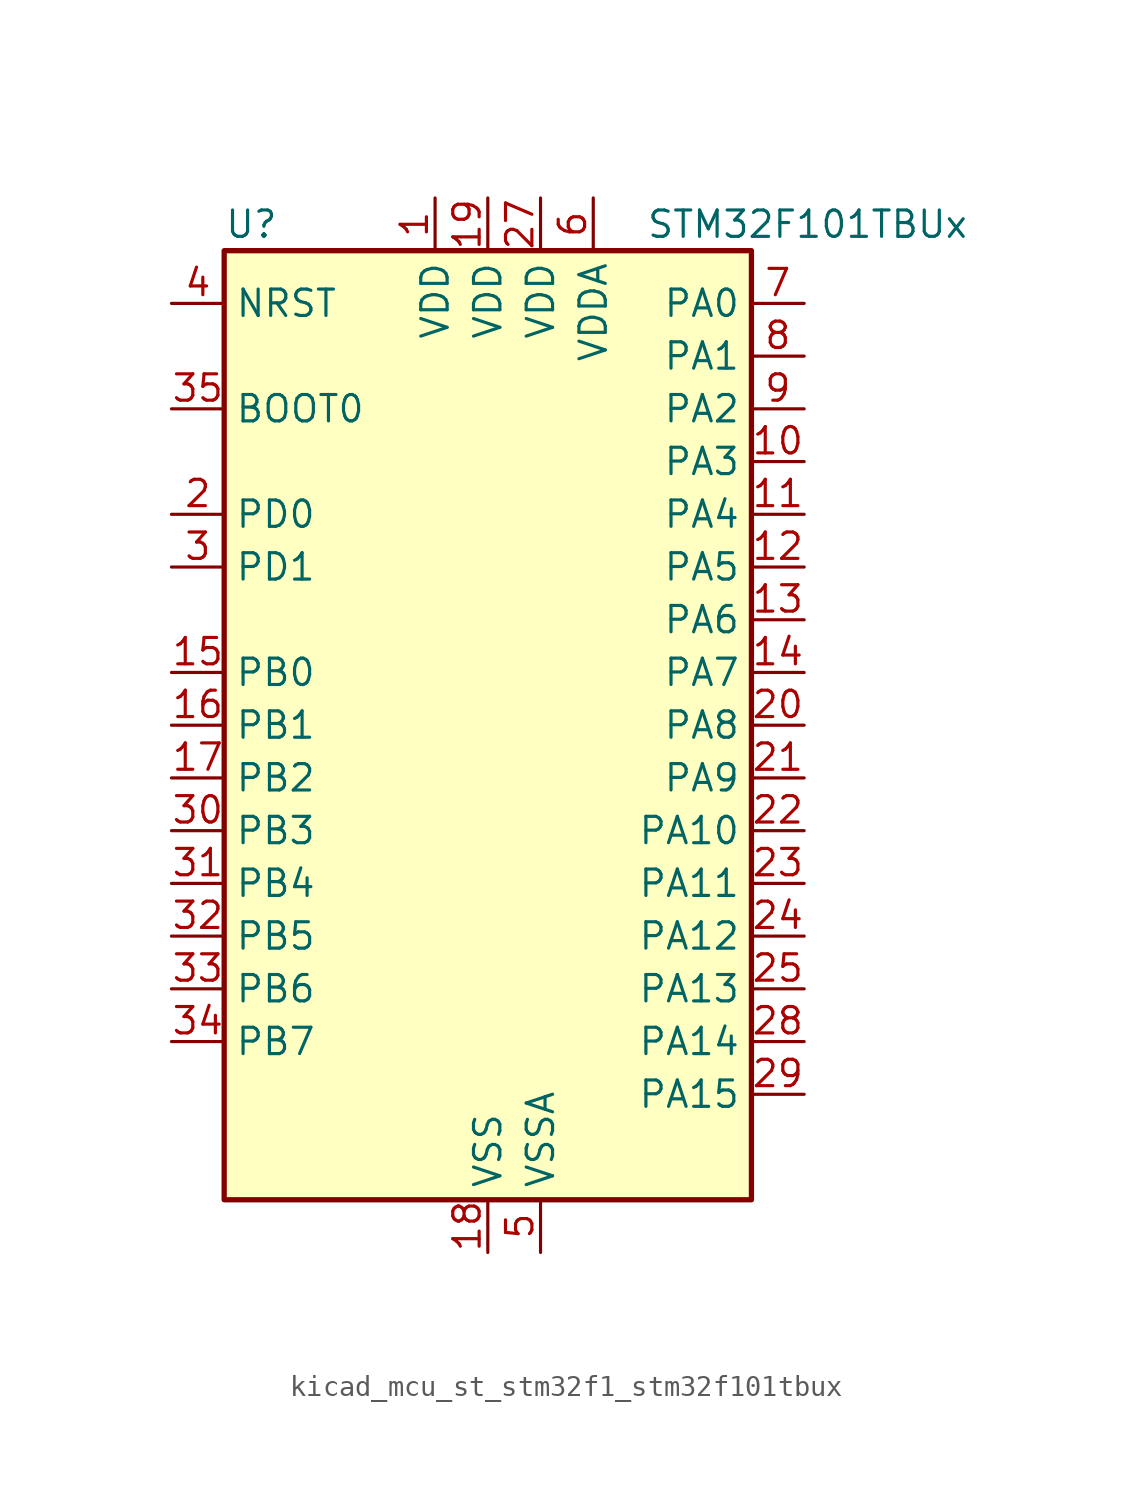
<source format=kicad_sym>
(kicad_symbol_lib
  (version 20220914)
  (generator kicad_symbol_editor)
  (symbol "kicad_mcu_st_stm32f1_stm32f101tbux"
    (property "Reference" "U"
      (at -12.7 24.13 0)
      (effects (font (size 1.27 1.27)) (justify left)))
    (property "Value" "STM32F101TBUx"
      (at 7.62 24.13 0)
      (effects (font (size 1.27 1.27)) (justify left)))
    (property "ki_locked" ""
      (at 0 0 0)
      (effects (font (size 1.27 1.27))))
    (symbol "kicad_mcu_st_stm32f1_stm32f101tbux_0_1"
      (rectangle (start -12.7 -22.86) (end 12.7 22.86) (stroke (width 0.254) (type default)) (fill (type background))))
    (symbol "kicad_mcu_st_stm32f1_stm32f101tbux_1_1"
      (pin power_in line (at -2.54 25.4 270) (length 2.54) (name "VDD" (effects (font (size 1.27 1.27)))) (number "1" (effects (font (size 1.27 1.27)))))
      (pin bidirectional line (at 15.24 12.7 180) (length 2.54) (name "PA3" (effects (font (size 1.27 1.27)))) (number "10" (effects (font (size 1.27 1.27)))) (alternate "ADC1_IN3" bidirectional line) (alternate "TIM2_CH4" bidirectional line) (alternate "USART2_RX" bidirectional line))
      (pin bidirectional line (at 15.24 10.16 180) (length 2.54) (name "PA4" (effects (font (size 1.27 1.27)))) (number "11" (effects (font (size 1.27 1.27)))) (alternate "ADC1_IN4" bidirectional line) (alternate "SPI1_NSS" bidirectional line) (alternate "USART2_CK" bidirectional line))
      (pin bidirectional line (at 15.24 7.62 180) (length 2.54) (name "PA5" (effects (font (size 1.27 1.27)))) (number "12" (effects (font (size 1.27 1.27)))) (alternate "ADC1_IN5" bidirectional line) (alternate "SPI1_SCK" bidirectional line))
      (pin bidirectional line (at 15.24 5.08 180) (length 2.54) (name "PA6" (effects (font (size 1.27 1.27)))) (number "13" (effects (font (size 1.27 1.27)))) (alternate "ADC1_IN6" bidirectional line) (alternate "SPI1_MISO" bidirectional line) (alternate "TIM3_CH1" bidirectional line))
      (pin bidirectional line (at 15.24 2.54 180) (length 2.54) (name "PA7" (effects (font (size 1.27 1.27)))) (number "14" (effects (font (size 1.27 1.27)))) (alternate "ADC1_IN7" bidirectional line) (alternate "SPI1_MOSI" bidirectional line) (alternate "TIM3_CH2" bidirectional line))
      (pin bidirectional line (at -15.24 2.54 0) (length 2.54) (name "PB0" (effects (font (size 1.27 1.27)))) (number "15" (effects (font (size 1.27 1.27)))) (alternate "ADC1_IN8" bidirectional line) (alternate "TIM3_CH3" bidirectional line))
      (pin bidirectional line (at -15.24 0 0) (length 2.54) (name "PB1" (effects (font (size 1.27 1.27)))) (number "16" (effects (font (size 1.27 1.27)))) (alternate "ADC1_IN9" bidirectional line) (alternate "TIM3_CH4" bidirectional line))
      (pin bidirectional line (at -15.24 -2.54 0) (length 2.54) (name "PB2" (effects (font (size 1.27 1.27)))) (number "17" (effects (font (size 1.27 1.27)))))
      (pin power_in line (at 0 -25.4 90) (length 2.54) (name "VSS" (effects (font (size 1.27 1.27)))) (number "18" (effects (font (size 1.27 1.27)))))
      (pin power_in line (at 0 25.4 270) (length 2.54) (name "VDD" (effects (font (size 1.27 1.27)))) (number "19" (effects (font (size 1.27 1.27)))))
      (pin bidirectional line (at -15.24 10.16 0) (length 2.54) (name "PD0" (effects (font (size 1.27 1.27)))) (number "2" (effects (font (size 1.27 1.27)))) (alternate "RCC_OSC_IN" bidirectional line))
      (pin bidirectional line (at 15.24 0 180) (length 2.54) (name "PA8" (effects (font (size 1.27 1.27)))) (number "20" (effects (font (size 1.27 1.27)))) (alternate "RCC_MCO" bidirectional line) (alternate "USART1_CK" bidirectional line))
      (pin bidirectional line (at 15.24 -2.54 180) (length 2.54) (name "PA9" (effects (font (size 1.27 1.27)))) (number "21" (effects (font (size 1.27 1.27)))) (alternate "USART1_TX" bidirectional line))
      (pin bidirectional line (at 15.24 -5.08 180) (length 2.54) (name "PA10" (effects (font (size 1.27 1.27)))) (number "22" (effects (font (size 1.27 1.27)))) (alternate "USART1_RX" bidirectional line))
      (pin bidirectional line (at 15.24 -7.62 180) (length 2.54) (name "PA11" (effects (font (size 1.27 1.27)))) (number "23" (effects (font (size 1.27 1.27)))) (alternate "ADC1_EXTI11" bidirectional line) (alternate "USART1_CTS" bidirectional line))
      (pin bidirectional line (at 15.24 -10.16 180) (length 2.54) (name "PA12" (effects (font (size 1.27 1.27)))) (number "24" (effects (font (size 1.27 1.27)))) (alternate "USART1_RTS" bidirectional line))
      (pin bidirectional line (at 15.24 -12.7 180) (length 2.54) (name "PA13" (effects (font (size 1.27 1.27)))) (number "25" (effects (font (size 1.27 1.27)))) (alternate "SYS_JTMS-SWDIO" bidirectional line))
      (pin passive line (at 0 -25.4 90) (length 2.54) hide (name "VSS" (effects (font (size 1.27 1.27)))) (number "26" (effects (font (size 1.27 1.27)))))
      (pin power_in line (at 2.54 25.4 270) (length 2.54) (name "VDD" (effects (font (size 1.27 1.27)))) (number "27" (effects (font (size 1.27 1.27)))))
      (pin bidirectional line (at 15.24 -15.24 180) (length 2.54) (name "PA14" (effects (font (size 1.27 1.27)))) (number "28" (effects (font (size 1.27 1.27)))) (alternate "SYS_JTCK-SWCLK" bidirectional line))
      (pin bidirectional line (at 15.24 -17.78 180) (length 2.54) (name "PA15" (effects (font (size 1.27 1.27)))) (number "29" (effects (font (size 1.27 1.27)))) (alternate "ADC1_EXTI15" bidirectional line) (alternate "SPI1_NSS" bidirectional line) (alternate "SYS_JTDI" bidirectional line) (alternate "TIM2_CH1" bidirectional line) (alternate "TIM2_ETR" bidirectional line))
      (pin bidirectional line (at -15.24 7.62 0) (length 2.54) (name "PD1" (effects (font (size 1.27 1.27)))) (number "3" (effects (font (size 1.27 1.27)))) (alternate "RCC_OSC_OUT" bidirectional line))
      (pin bidirectional line (at -15.24 -5.08 0) (length 2.54) (name "PB3" (effects (font (size 1.27 1.27)))) (number "30" (effects (font (size 1.27 1.27)))) (alternate "SPI1_SCK" bidirectional line) (alternate "SYS_JTDO-TRACESWO" bidirectional line) (alternate "TIM2_CH2" bidirectional line))
      (pin bidirectional line (at -15.24 -7.62 0) (length 2.54) (name "PB4" (effects (font (size 1.27 1.27)))) (number "31" (effects (font (size 1.27 1.27)))) (alternate "SPI1_MISO" bidirectional line) (alternate "SYS_NJTRST" bidirectional line) (alternate "TIM3_CH1" bidirectional line))
      (pin bidirectional line (at -15.24 -10.16 0) (length 2.54) (name "PB5" (effects (font (size 1.27 1.27)))) (number "32" (effects (font (size 1.27 1.27)))) (alternate "I2C1_SMBA" bidirectional line) (alternate "SPI1_MOSI" bidirectional line) (alternate "TIM3_CH2" bidirectional line))
      (pin bidirectional line (at -15.24 -12.7 0) (length 2.54) (name "PB6" (effects (font (size 1.27 1.27)))) (number "33" (effects (font (size 1.27 1.27)))) (alternate "I2C1_SCL" bidirectional line) (alternate "TIM4_CH1" bidirectional line) (alternate "USART1_TX" bidirectional line))
      (pin bidirectional line (at -15.24 -15.24 0) (length 2.54) (name "PB7" (effects (font (size 1.27 1.27)))) (number "34" (effects (font (size 1.27 1.27)))) (alternate "I2C1_SDA" bidirectional line) (alternate "TIM4_CH2" bidirectional line) (alternate "USART1_RX" bidirectional line))
      (pin input line (at -15.24 15.24 0) (length 2.54) (name "BOOT0" (effects (font (size 1.27 1.27)))) (number "35" (effects (font (size 1.27 1.27)))))
      (pin passive line (at 0 -25.4 90) (length 2.54) hide (name "VSS" (effects (font (size 1.27 1.27)))) (number "36" (effects (font (size 1.27 1.27)))))
      (pin passive line (at 0 -25.4 90) (length 2.54) hide (name "VSS" (effects (font (size 1.27 1.27)))) (number "37" (effects (font (size 1.27 1.27)))))
      (pin input line (at -15.24 20.32 0) (length 2.54) (name "NRST" (effects (font (size 1.27 1.27)))) (number "4" (effects (font (size 1.27 1.27)))))
      (pin power_in line (at 2.54 -25.4 90) (length 2.54) (name "VSSA" (effects (font (size 1.27 1.27)))) (number "5" (effects (font (size 1.27 1.27)))))
      (pin power_in line (at 5.08 25.4 270) (length 2.54) (name "VDDA" (effects (font (size 1.27 1.27)))) (number "6" (effects (font (size 1.27 1.27)))))
      (pin bidirectional line (at 15.24 20.32 180) (length 2.54) (name "PA0" (effects (font (size 1.27 1.27)))) (number "7" (effects (font (size 1.27 1.27)))) (alternate "ADC1_IN0" bidirectional line) (alternate "SYS_WKUP" bidirectional line) (alternate "TIM2_CH1" bidirectional line) (alternate "TIM2_ETR" bidirectional line) (alternate "USART2_CTS" bidirectional line))
      (pin bidirectional line (at 15.24 17.78 180) (length 2.54) (name "PA1" (effects (font (size 1.27 1.27)))) (number "8" (effects (font (size 1.27 1.27)))) (alternate "ADC1_IN1" bidirectional line) (alternate "TIM2_CH2" bidirectional line) (alternate "USART2_RTS" bidirectional line))
      (pin bidirectional line (at 15.24 15.24 180) (length 2.54) (name "PA2" (effects (font (size 1.27 1.27)))) (number "9" (effects (font (size 1.27 1.27)))) (alternate "ADC1_IN2" bidirectional line) (alternate "TIM2_CH3" bidirectional line) (alternate "USART2_TX" bidirectional line)))))
</source>
